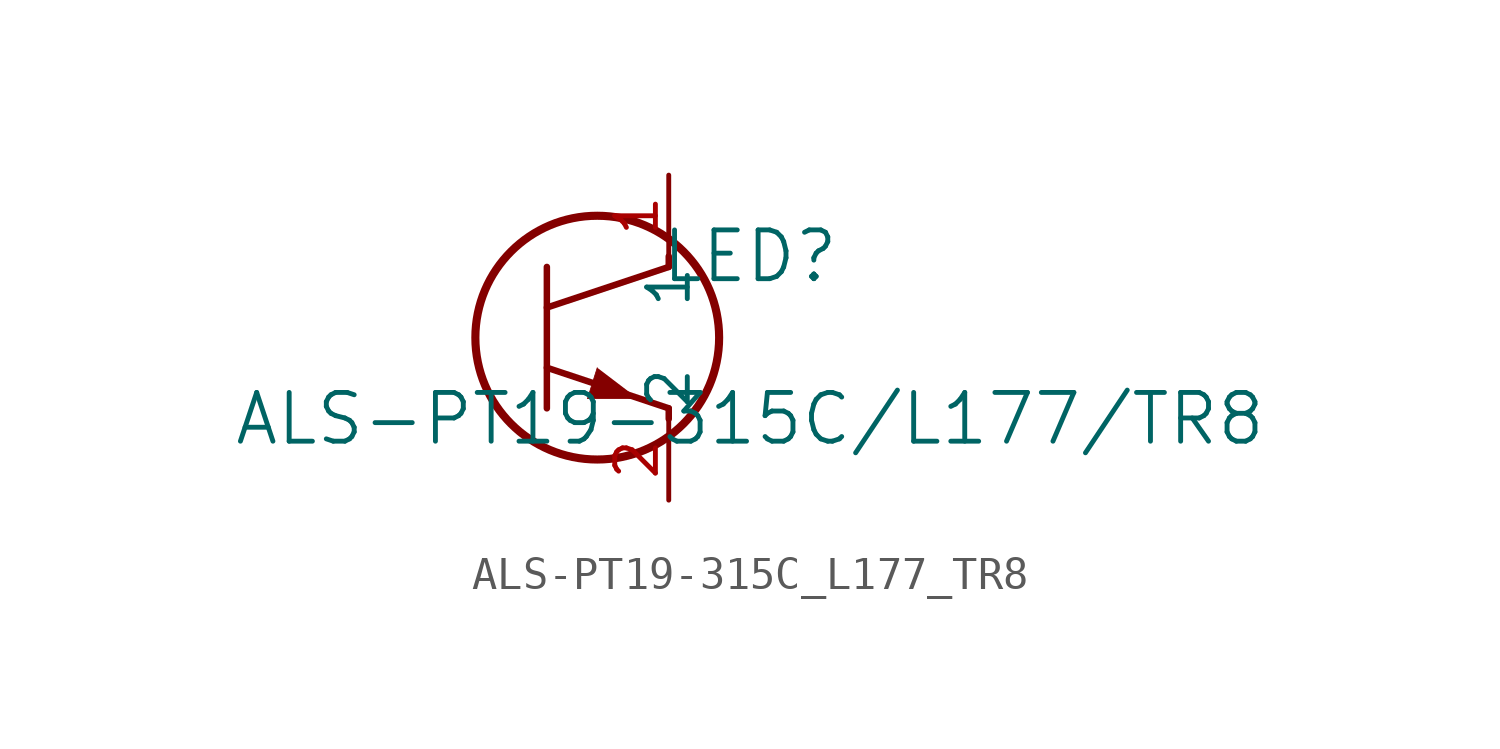
<source format=kicad_sym>
(kicad_symbol_lib
  (version 20211014)
  (generator kicad_symbol_editor)
  (symbol "ALS-PT19-315C_L177_TR8"
    (pin_names
      (offset 0.254))
    (property "Reference" "LED"
      (at 2.54 -2.54 0)
      (effects (font (size 1.524 1.524))))
    (property "Value" "ALS-PT19-315C/L177/TR8"
      (at 2.54 -7.62 0)
      (effects (font (size 1.524 1.524))))
    (symbol "ALS-PT19-315C_L177_TR8_0_1"
      (circle (center -2.235 -5.08) (radius 3.81) (stroke (width .254) (type default) (color 0 0 0 0)) (fill (type none)))
      (polyline (pts (xy -3.81 -7.29) (xy -3.81 -2.87)) (stroke (width .2032) (type default) (color 0 0 0 0)) (fill (type none)))
      (polyline (pts (xy -3.81 -4.14) (xy 0 -2.87)) (stroke (width .2032) (type default) (color 0 0 0 0)) (fill (type none)))
      (polyline (pts (xy -3.81 -6.02) (xy 0 -7.29)) (stroke (width .2032) (type default) (color 0 0 0 0)) (fill (type none)))
      (polyline (pts (xy 0 -7.62) (xy 0 -7.29)) (stroke (width .2032) (type default) (color 0 0 0 0)) (fill (type none)))
      (polyline (pts (xy 0 -2.87) (xy 0 -2.54)) (stroke (width .2032) (type default) (color 0 0 0 0)) (fill (type none)))
      (polyline (pts (xy -2.235 -6.02) (xy -2.54 -6.985) (xy -.9652 -6.985)) (stroke (width .0254) (type default) (color 0 0 0 0)) (fill (type outline)))
      (pin unspecified line (at 0 0 270) (length 2.54) (name "1" (effects (font (size 1.27 1.27)))) (number "1" (effects (font (size 1.27 1.27)))))
      (pin unspecified line (at 0 -10.16 90) (length 2.54) (name "2" (effects (font (size 1.27 1.27)))) (number "2" (effects (font (size 1.27 1.27))))))))
</source>
